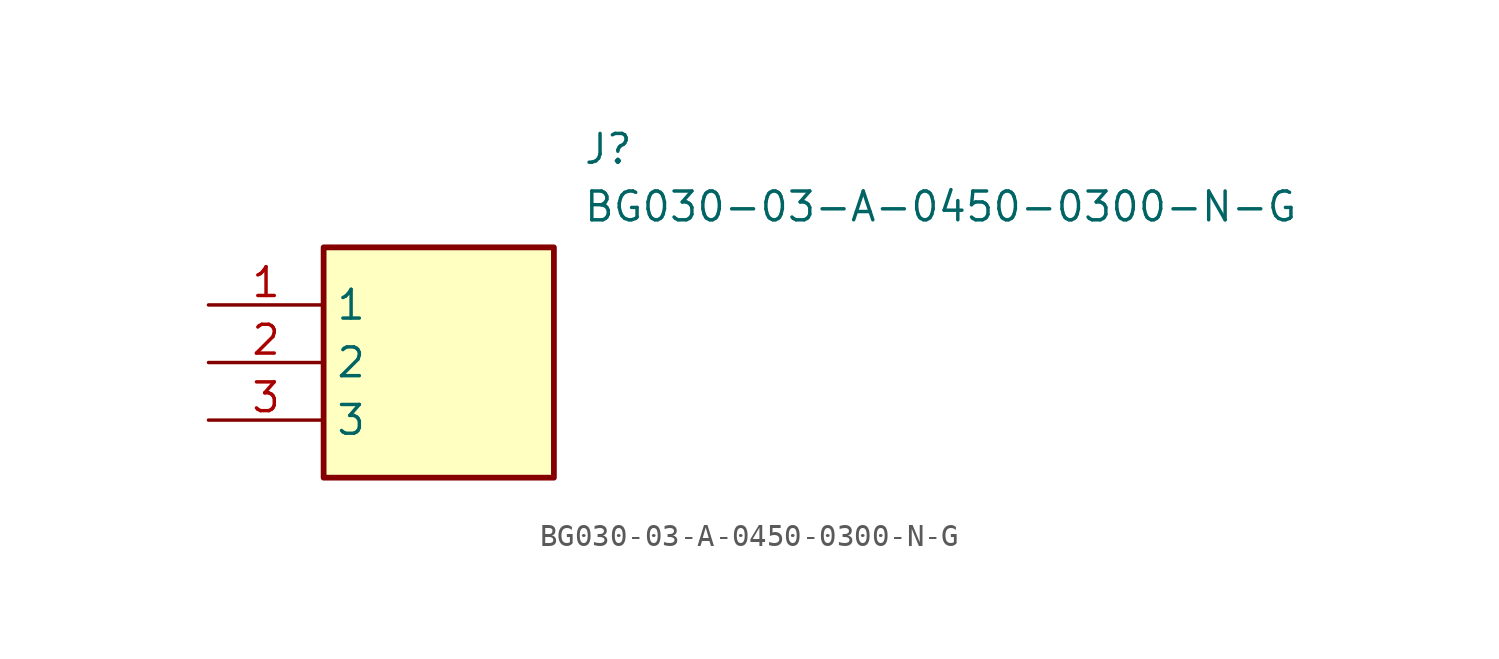
<source format=kicad_sym>
(kicad_symbol_lib
  (version 20211014)
  (generator SamacSys_ECAD_Model)
  (symbol "BG030-03-A-0450-0300-N-G"
    (property "Reference" "J"
      (at 16.51 7.62 0)
      (effects (font (size 1.27 1.27)) (justify left top)))
    (property "Value" "BG030-03-A-0450-0300-N-G"
      (at 16.51 5.08 0)
      (effects (font (size 1.27 1.27)) (justify left top)))
    (rectangle
      (start 5.08 2.54)
      (end 15.24 -7.62)
      (stroke (width 0.254) (type default))
      (fill (type background)))
    (pin passive line
      (at 0 0 0)
      (length 5.08)
      (name "1" (effects (font (size 1.27 1.27))))
      (number "1" (effects (font (size 1.27 1.27)))))
    (pin passive line
      (at 0 -2.54 0)
      (length 5.08)
      (name "2" (effects (font (size 1.27 1.27))))
      (number "2" (effects (font (size 1.27 1.27)))))
    (pin passive line
      (at 0 -5.08 0)
      (length 5.08)
      (name "3" (effects (font (size 1.27 1.27))))
      (number "3" (effects (font (size 1.27 1.27)))))))
</source>
